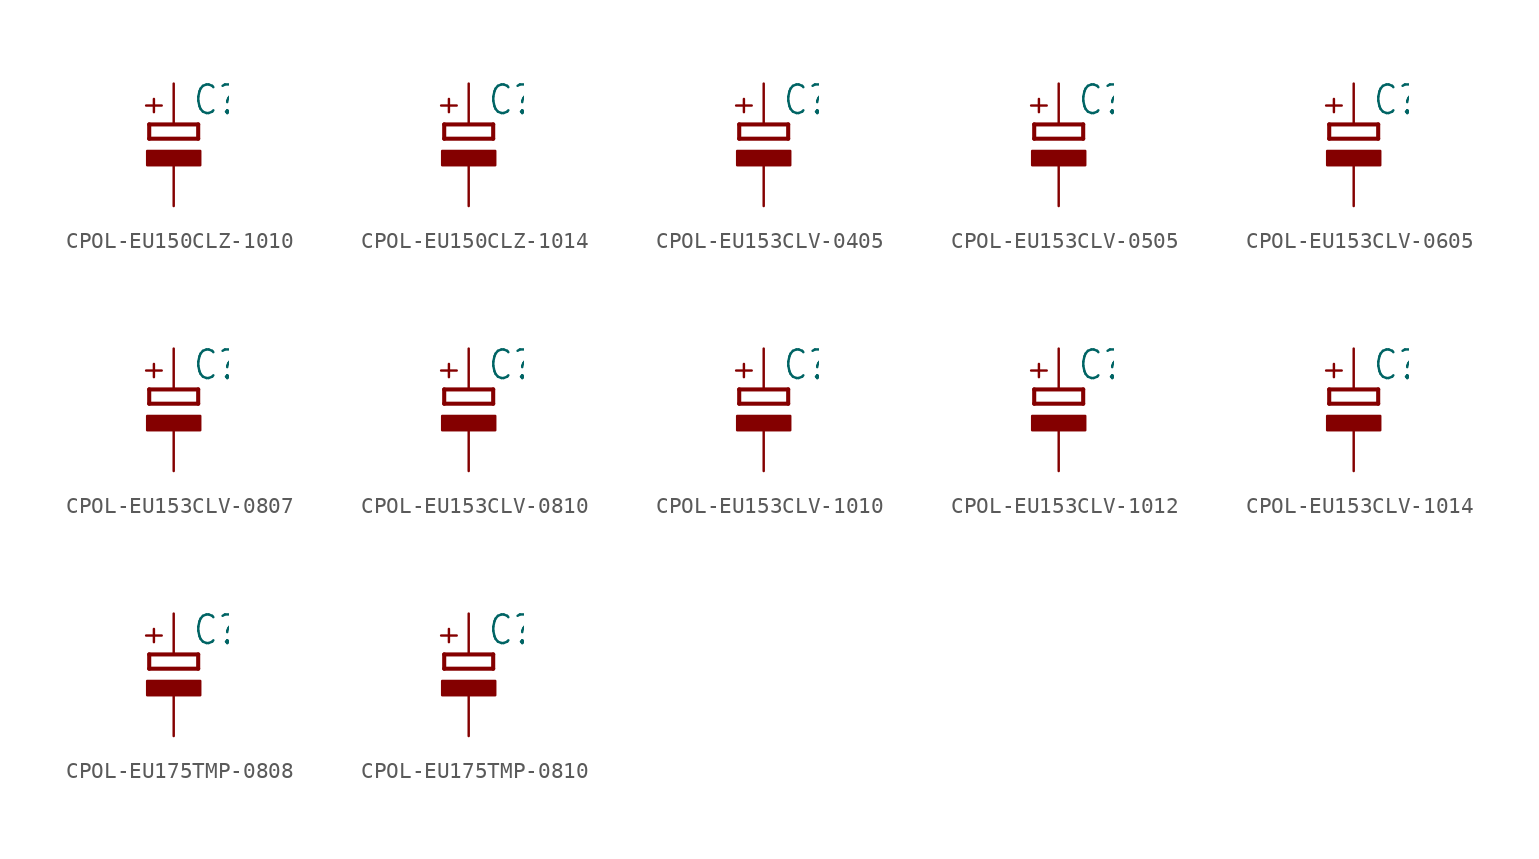
<source format=kicad_sym>
(kicad_symbol_lib
  (version 20241209)
  (generator "kicad_symbol_editor")
  (generator_version "9.0")
  (symbol "CPOL-EU150CLZ-1010"
    (property "Reference" "C"
      (at 1.143 0.483 0)
      (effects (font (size 1.778 1.511)) (justify left bottom)))
    (property "Value" ""
      (at 1.143 -4.597 0)
      (effects (font (size 1.778 1.511)) (justify left bottom)))
    (property "ki_locked" ""
      (at 0 0 0)
      (effects (font (size 1.27 1.27))))
    (symbol "CPOL-EU150CLZ-1010_1_0"
      (rectangle (start -1.651 -2.54) (end 1.651 -1.651) (stroke (width 0) (type default)) (fill (type outline)))
      (polyline (pts (xy -1.524 0) (xy -1.524 -0.889)) (stroke (width 0.254) (type solid)) (fill (type none)))
      (polyline (pts (xy -1.524 0) (xy 1.524 0)) (stroke (width 0.254) (type solid)) (fill (type none)))
      (polyline (pts (xy -1.524 -0.889) (xy 1.524 -0.889)) (stroke (width 0.254) (type solid)) (fill (type none)))
      (polyline (pts (xy 1.524 -0.889) (xy 1.524 0)) (stroke (width 0.254) (type solid)) (fill (type none)))
      (text "+" (at -0.584 0.406 900) (effects (font (size 1.27 1.079)) (justify left bottom)))
      (pin passive line (at 0 2.54 270) (length 2.54) (name "+" (effects (font (size 0 0)))) (number "+" (effects (font (size 0 0)))))
      (pin passive line (at 0 -5.08 90) (length 2.54) (name "-" (effects (font (size 0 0)))) (number "-" (effects (font (size 0 0)))))))
  (symbol "CPOL-EU150CLZ-1014"
    (property "Reference" "C"
      (at 1.143 0.483 0)
      (effects (font (size 1.778 1.511)) (justify left bottom)))
    (property "Value" ""
      (at 1.143 -4.597 0)
      (effects (font (size 1.778 1.511)) (justify left bottom)))
    (property "ki_locked" ""
      (at 0 0 0)
      (effects (font (size 1.27 1.27))))
    (symbol "CPOL-EU150CLZ-1014_1_0"
      (rectangle (start -1.651 -2.54) (end 1.651 -1.651) (stroke (width 0) (type default)) (fill (type outline)))
      (polyline (pts (xy -1.524 0) (xy -1.524 -0.889)) (stroke (width 0.254) (type solid)) (fill (type none)))
      (polyline (pts (xy -1.524 0) (xy 1.524 0)) (stroke (width 0.254) (type solid)) (fill (type none)))
      (polyline (pts (xy -1.524 -0.889) (xy 1.524 -0.889)) (stroke (width 0.254) (type solid)) (fill (type none)))
      (polyline (pts (xy 1.524 -0.889) (xy 1.524 0)) (stroke (width 0.254) (type solid)) (fill (type none)))
      (text "+" (at -0.584 0.406 900) (effects (font (size 1.27 1.079)) (justify left bottom)))
      (pin passive line (at 0 2.54 270) (length 2.54) (name "+" (effects (font (size 0 0)))) (number "+" (effects (font (size 0 0)))))
      (pin passive line (at 0 -5.08 90) (length 2.54) (name "-" (effects (font (size 0 0)))) (number "-" (effects (font (size 0 0)))))))
  (symbol "CPOL-EU153CLV-0405"
    (property "Reference" "C"
      (at 1.143 0.483 0)
      (effects (font (size 1.778 1.511)) (justify left bottom)))
    (property "Value" ""
      (at 1.143 -4.597 0)
      (effects (font (size 1.778 1.511)) (justify left bottom)))
    (property "ki_locked" ""
      (at 0 0 0)
      (effects (font (size 1.27 1.27))))
    (symbol "CPOL-EU153CLV-0405_1_0"
      (rectangle (start -1.651 -2.54) (end 1.651 -1.651) (stroke (width 0) (type default)) (fill (type outline)))
      (polyline (pts (xy -1.524 0) (xy -1.524 -0.889)) (stroke (width 0.254) (type solid)) (fill (type none)))
      (polyline (pts (xy -1.524 0) (xy 1.524 0)) (stroke (width 0.254) (type solid)) (fill (type none)))
      (polyline (pts (xy -1.524 -0.889) (xy 1.524 -0.889)) (stroke (width 0.254) (type solid)) (fill (type none)))
      (polyline (pts (xy 1.524 -0.889) (xy 1.524 0)) (stroke (width 0.254) (type solid)) (fill (type none)))
      (text "+" (at -0.584 0.406 900) (effects (font (size 1.27 1.079)) (justify left bottom)))
      (pin passive line (at 0 2.54 270) (length 2.54) (name "+" (effects (font (size 0 0)))) (number "+" (effects (font (size 0 0)))))
      (pin passive line (at 0 -5.08 90) (length 2.54) (name "-" (effects (font (size 0 0)))) (number "-" (effects (font (size 0 0)))))))
  (symbol "CPOL-EU153CLV-0505"
    (property "Reference" "C"
      (at 1.143 0.483 0)
      (effects (font (size 1.778 1.511)) (justify left bottom)))
    (property "Value" ""
      (at 1.143 -4.597 0)
      (effects (font (size 1.778 1.511)) (justify left bottom)))
    (property "ki_locked" ""
      (at 0 0 0)
      (effects (font (size 1.27 1.27))))
    (symbol "CPOL-EU153CLV-0505_1_0"
      (rectangle (start -1.651 -2.54) (end 1.651 -1.651) (stroke (width 0) (type default)) (fill (type outline)))
      (polyline (pts (xy -1.524 0) (xy -1.524 -0.889)) (stroke (width 0.254) (type solid)) (fill (type none)))
      (polyline (pts (xy -1.524 0) (xy 1.524 0)) (stroke (width 0.254) (type solid)) (fill (type none)))
      (polyline (pts (xy -1.524 -0.889) (xy 1.524 -0.889)) (stroke (width 0.254) (type solid)) (fill (type none)))
      (polyline (pts (xy 1.524 -0.889) (xy 1.524 0)) (stroke (width 0.254) (type solid)) (fill (type none)))
      (text "+" (at -0.584 0.406 900) (effects (font (size 1.27 1.079)) (justify left bottom)))
      (pin passive line (at 0 2.54 270) (length 2.54) (name "+" (effects (font (size 0 0)))) (number "+" (effects (font (size 0 0)))))
      (pin passive line (at 0 -5.08 90) (length 2.54) (name "-" (effects (font (size 0 0)))) (number "-" (effects (font (size 0 0)))))))
  (symbol "CPOL-EU153CLV-0605"
    (property "Reference" "C"
      (at 1.143 0.483 0)
      (effects (font (size 1.778 1.511)) (justify left bottom)))
    (property "Value" ""
      (at 1.143 -4.597 0)
      (effects (font (size 1.778 1.511)) (justify left bottom)))
    (property "ki_locked" ""
      (at 0 0 0)
      (effects (font (size 1.27 1.27))))
    (symbol "CPOL-EU153CLV-0605_1_0"
      (rectangle (start -1.651 -2.54) (end 1.651 -1.651) (stroke (width 0) (type default)) (fill (type outline)))
      (polyline (pts (xy -1.524 0) (xy -1.524 -0.889)) (stroke (width 0.254) (type solid)) (fill (type none)))
      (polyline (pts (xy -1.524 0) (xy 1.524 0)) (stroke (width 0.254) (type solid)) (fill (type none)))
      (polyline (pts (xy -1.524 -0.889) (xy 1.524 -0.889)) (stroke (width 0.254) (type solid)) (fill (type none)))
      (polyline (pts (xy 1.524 -0.889) (xy 1.524 0)) (stroke (width 0.254) (type solid)) (fill (type none)))
      (text "+" (at -0.584 0.406 900) (effects (font (size 1.27 1.079)) (justify left bottom)))
      (pin passive line (at 0 2.54 270) (length 2.54) (name "+" (effects (font (size 0 0)))) (number "+" (effects (font (size 0 0)))))
      (pin passive line (at 0 -5.08 90) (length 2.54) (name "-" (effects (font (size 0 0)))) (number "-" (effects (font (size 0 0)))))))
  (symbol "CPOL-EU153CLV-0807"
    (property "Reference" "C"
      (at 1.143 0.483 0)
      (effects (font (size 1.778 1.511)) (justify left bottom)))
    (property "Value" ""
      (at 1.143 -4.597 0)
      (effects (font (size 1.778 1.511)) (justify left bottom)))
    (property "ki_locked" ""
      (at 0 0 0)
      (effects (font (size 1.27 1.27))))
    (symbol "CPOL-EU153CLV-0807_1_0"
      (rectangle (start -1.651 -2.54) (end 1.651 -1.651) (stroke (width 0) (type default)) (fill (type outline)))
      (polyline (pts (xy -1.524 0) (xy -1.524 -0.889)) (stroke (width 0.254) (type solid)) (fill (type none)))
      (polyline (pts (xy -1.524 0) (xy 1.524 0)) (stroke (width 0.254) (type solid)) (fill (type none)))
      (polyline (pts (xy -1.524 -0.889) (xy 1.524 -0.889)) (stroke (width 0.254) (type solid)) (fill (type none)))
      (polyline (pts (xy 1.524 -0.889) (xy 1.524 0)) (stroke (width 0.254) (type solid)) (fill (type none)))
      (text "+" (at -0.584 0.406 900) (effects (font (size 1.27 1.079)) (justify left bottom)))
      (pin passive line (at 0 2.54 270) (length 2.54) (name "+" (effects (font (size 0 0)))) (number "+" (effects (font (size 0 0)))))
      (pin passive line (at 0 -5.08 90) (length 2.54) (name "-" (effects (font (size 0 0)))) (number "-" (effects (font (size 0 0)))))))
  (symbol "CPOL-EU153CLV-0810"
    (property "Reference" "C"
      (at 1.143 0.483 0)
      (effects (font (size 1.778 1.511)) (justify left bottom)))
    (property "Value" ""
      (at 1.143 -4.597 0)
      (effects (font (size 1.778 1.511)) (justify left bottom)))
    (property "ki_locked" ""
      (at 0 0 0)
      (effects (font (size 1.27 1.27))))
    (symbol "CPOL-EU153CLV-0810_1_0"
      (rectangle (start -1.651 -2.54) (end 1.651 -1.651) (stroke (width 0) (type default)) (fill (type outline)))
      (polyline (pts (xy -1.524 0) (xy -1.524 -0.889)) (stroke (width 0.254) (type solid)) (fill (type none)))
      (polyline (pts (xy -1.524 0) (xy 1.524 0)) (stroke (width 0.254) (type solid)) (fill (type none)))
      (polyline (pts (xy -1.524 -0.889) (xy 1.524 -0.889)) (stroke (width 0.254) (type solid)) (fill (type none)))
      (polyline (pts (xy 1.524 -0.889) (xy 1.524 0)) (stroke (width 0.254) (type solid)) (fill (type none)))
      (text "+" (at -0.584 0.406 900) (effects (font (size 1.27 1.079)) (justify left bottom)))
      (pin passive line (at 0 2.54 270) (length 2.54) (name "+" (effects (font (size 0 0)))) (number "+" (effects (font (size 0 0)))))
      (pin passive line (at 0 -5.08 90) (length 2.54) (name "-" (effects (font (size 0 0)))) (number "-" (effects (font (size 0 0)))))))
  (symbol "CPOL-EU153CLV-1010"
    (property "Reference" "C"
      (at 1.143 0.483 0)
      (effects (font (size 1.778 1.511)) (justify left bottom)))
    (property "Value" ""
      (at 1.143 -4.597 0)
      (effects (font (size 1.778 1.511)) (justify left bottom)))
    (property "ki_locked" ""
      (at 0 0 0)
      (effects (font (size 1.27 1.27))))
    (symbol "CPOL-EU153CLV-1010_1_0"
      (rectangle (start -1.651 -2.54) (end 1.651 -1.651) (stroke (width 0) (type default)) (fill (type outline)))
      (polyline (pts (xy -1.524 0) (xy -1.524 -0.889)) (stroke (width 0.254) (type solid)) (fill (type none)))
      (polyline (pts (xy -1.524 0) (xy 1.524 0)) (stroke (width 0.254) (type solid)) (fill (type none)))
      (polyline (pts (xy -1.524 -0.889) (xy 1.524 -0.889)) (stroke (width 0.254) (type solid)) (fill (type none)))
      (polyline (pts (xy 1.524 -0.889) (xy 1.524 0)) (stroke (width 0.254) (type solid)) (fill (type none)))
      (text "+" (at -0.584 0.406 900) (effects (font (size 1.27 1.079)) (justify left bottom)))
      (pin passive line (at 0 2.54 270) (length 2.54) (name "+" (effects (font (size 0 0)))) (number "+" (effects (font (size 0 0)))))
      (pin passive line (at 0 -5.08 90) (length 2.54) (name "-" (effects (font (size 0 0)))) (number "-" (effects (font (size 0 0)))))))
  (symbol "CPOL-EU153CLV-1012"
    (property "Reference" "C"
      (at 1.143 0.483 0)
      (effects (font (size 1.778 1.511)) (justify left bottom)))
    (property "Value" ""
      (at 1.143 -4.597 0)
      (effects (font (size 1.778 1.511)) (justify left bottom)))
    (property "ki_locked" ""
      (at 0 0 0)
      (effects (font (size 1.27 1.27))))
    (symbol "CPOL-EU153CLV-1012_1_0"
      (rectangle (start -1.651 -2.54) (end 1.651 -1.651) (stroke (width 0) (type default)) (fill (type outline)))
      (polyline (pts (xy -1.524 0) (xy -1.524 -0.889)) (stroke (width 0.254) (type solid)) (fill (type none)))
      (polyline (pts (xy -1.524 0) (xy 1.524 0)) (stroke (width 0.254) (type solid)) (fill (type none)))
      (polyline (pts (xy -1.524 -0.889) (xy 1.524 -0.889)) (stroke (width 0.254) (type solid)) (fill (type none)))
      (polyline (pts (xy 1.524 -0.889) (xy 1.524 0)) (stroke (width 0.254) (type solid)) (fill (type none)))
      (text "+" (at -0.584 0.406 900) (effects (font (size 1.27 1.079)) (justify left bottom)))
      (pin passive line (at 0 2.54 270) (length 2.54) (name "+" (effects (font (size 0 0)))) (number "+" (effects (font (size 0 0)))))
      (pin passive line (at 0 -5.08 90) (length 2.54) (name "-" (effects (font (size 0 0)))) (number "-" (effects (font (size 0 0)))))))
  (symbol "CPOL-EU153CLV-1014"
    (property "Reference" "C"
      (at 1.143 0.483 0)
      (effects (font (size 1.778 1.511)) (justify left bottom)))
    (property "Value" ""
      (at 1.143 -4.597 0)
      (effects (font (size 1.778 1.511)) (justify left bottom)))
    (property "ki_locked" ""
      (at 0 0 0)
      (effects (font (size 1.27 1.27))))
    (symbol "CPOL-EU153CLV-1014_1_0"
      (rectangle (start -1.651 -2.54) (end 1.651 -1.651) (stroke (width 0) (type default)) (fill (type outline)))
      (polyline (pts (xy -1.524 0) (xy -1.524 -0.889)) (stroke (width 0.254) (type solid)) (fill (type none)))
      (polyline (pts (xy -1.524 0) (xy 1.524 0)) (stroke (width 0.254) (type solid)) (fill (type none)))
      (polyline (pts (xy -1.524 -0.889) (xy 1.524 -0.889)) (stroke (width 0.254) (type solid)) (fill (type none)))
      (polyline (pts (xy 1.524 -0.889) (xy 1.524 0)) (stroke (width 0.254) (type solid)) (fill (type none)))
      (text "+" (at -0.584 0.406 900) (effects (font (size 1.27 1.079)) (justify left bottom)))
      (pin passive line (at 0 2.54 270) (length 2.54) (name "+" (effects (font (size 0 0)))) (number "+" (effects (font (size 0 0)))))
      (pin passive line (at 0 -5.08 90) (length 2.54) (name "-" (effects (font (size 0 0)))) (number "-" (effects (font (size 0 0)))))))
  (symbol "CPOL-EU175TMP-0808"
    (property "Reference" "C"
      (at 1.143 0.483 0)
      (effects (font (size 1.778 1.511)) (justify left bottom)))
    (property "Value" ""
      (at 1.143 -4.597 0)
      (effects (font (size 1.778 1.511)) (justify left bottom)))
    (property "ki_locked" ""
      (at 0 0 0)
      (effects (font (size 1.27 1.27))))
    (symbol "CPOL-EU175TMP-0808_1_0"
      (rectangle (start -1.651 -2.54) (end 1.651 -1.651) (stroke (width 0) (type default)) (fill (type outline)))
      (polyline (pts (xy -1.524 0) (xy -1.524 -0.889)) (stroke (width 0.254) (type solid)) (fill (type none)))
      (polyline (pts (xy -1.524 0) (xy 1.524 0)) (stroke (width 0.254) (type solid)) (fill (type none)))
      (polyline (pts (xy -1.524 -0.889) (xy 1.524 -0.889)) (stroke (width 0.254) (type solid)) (fill (type none)))
      (polyline (pts (xy 1.524 -0.889) (xy 1.524 0)) (stroke (width 0.254) (type solid)) (fill (type none)))
      (text "+" (at -0.584 0.406 900) (effects (font (size 1.27 1.079)) (justify left bottom)))
      (pin passive line (at 0 2.54 270) (length 2.54) (name "+" (effects (font (size 0 0)))) (number "+" (effects (font (size 0 0)))))
      (pin passive line (at 0 -5.08 90) (length 2.54) (name "-" (effects (font (size 0 0)))) (number "-" (effects (font (size 0 0)))))))
  (symbol "CPOL-EU175TMP-0810"
    (property "Reference" "C"
      (at 1.143 0.483 0)
      (effects (font (size 1.778 1.511)) (justify left bottom)))
    (property "Value" ""
      (at 1.143 -4.597 0)
      (effects (font (size 1.778 1.511)) (justify left bottom)))
    (property "ki_locked" ""
      (at 0 0 0)
      (effects (font (size 1.27 1.27))))
    (symbol "CPOL-EU175TMP-0810_1_0"
      (rectangle (start -1.651 -2.54) (end 1.651 -1.651) (stroke (width 0) (type default)) (fill (type outline)))
      (polyline (pts (xy -1.524 0) (xy -1.524 -0.889)) (stroke (width 0.254) (type solid)) (fill (type none)))
      (polyline (pts (xy -1.524 0) (xy 1.524 0)) (stroke (width 0.254) (type solid)) (fill (type none)))
      (polyline (pts (xy -1.524 -0.889) (xy 1.524 -0.889)) (stroke (width 0.254) (type solid)) (fill (type none)))
      (polyline (pts (xy 1.524 -0.889) (xy 1.524 0)) (stroke (width 0.254) (type solid)) (fill (type none)))
      (text "+" (at -0.584 0.406 900) (effects (font (size 1.27 1.079)) (justify left bottom)))
      (pin passive line (at 0 2.54 270) (length 2.54) (name "+" (effects (font (size 0 0)))) (number "+" (effects (font (size 0 0)))))
      (pin passive line (at 0 -5.08 90) (length 2.54) (name "-" (effects (font (size 0 0)))) (number "-" (effects (font (size 0 0))))))))
</source>
